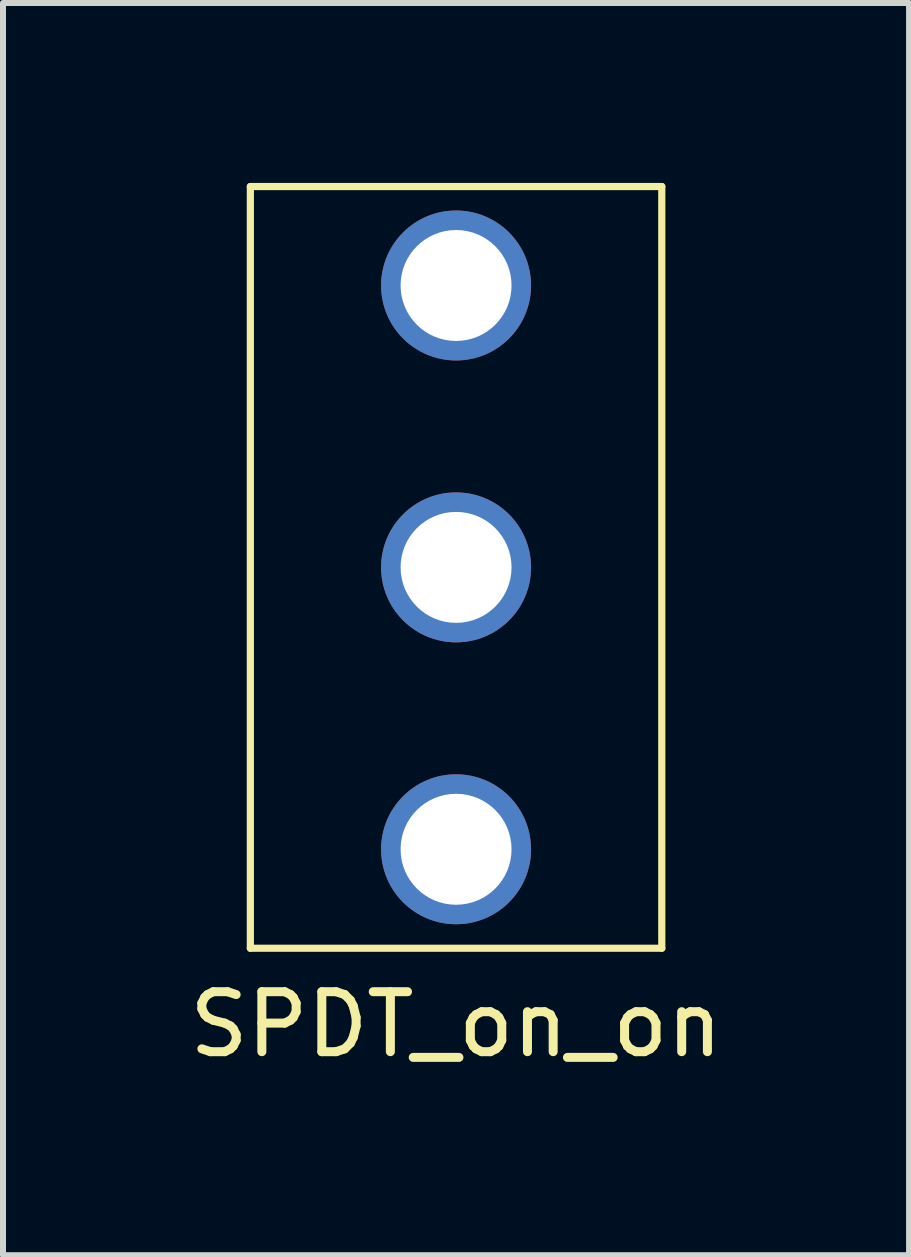
<source format=kicad_pcb>
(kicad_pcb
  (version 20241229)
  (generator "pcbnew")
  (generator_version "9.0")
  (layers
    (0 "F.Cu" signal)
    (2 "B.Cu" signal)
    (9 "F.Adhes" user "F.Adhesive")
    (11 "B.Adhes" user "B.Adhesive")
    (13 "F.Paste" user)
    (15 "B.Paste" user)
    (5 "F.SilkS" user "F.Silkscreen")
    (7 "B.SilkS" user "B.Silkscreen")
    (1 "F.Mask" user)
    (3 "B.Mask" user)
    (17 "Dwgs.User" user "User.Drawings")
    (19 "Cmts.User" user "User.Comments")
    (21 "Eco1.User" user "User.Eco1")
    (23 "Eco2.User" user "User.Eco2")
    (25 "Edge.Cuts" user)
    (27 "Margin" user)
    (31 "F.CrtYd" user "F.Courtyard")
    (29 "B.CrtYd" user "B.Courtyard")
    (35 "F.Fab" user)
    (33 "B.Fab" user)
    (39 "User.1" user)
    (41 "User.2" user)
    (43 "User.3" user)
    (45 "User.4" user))
  (footprint "SPDT_on_on"
    (layer "F.Cu")
    (at 4.554 6.41)
    (property "Reference" "SPDT_on_on" (at 0 7.62 0) (layer "F.SilkS") (effects (font (size 1 1) (thickness 0.15))))
    (attr through_hole)
    (fp_line (start -3.43 -6.35) (end -3.43 6.35) (stroke (width 0.12) (type solid)) (layer "F.SilkS"))
    (fp_line (start -3.43 -6.35) (end 3.43 -6.35) (stroke (width 0.12) (type solid)) (layer "F.SilkS"))
    (fp_line (start -3.43 6.35) (end 3.43 6.35) (stroke (width 0.12) (type solid)) (layer "F.SilkS"))
    (fp_line (start 3.43 -6.35) (end 3.43 6.35) (stroke (width 0.12) (type solid)) (layer "F.SilkS"))
    (pad "1" thru_hole circle (at 0 -4.7) (size 2.5 2.5) (drill 1.85) (layers "*.Cu" "*.Mask"))
    (pad "2" thru_hole circle (at 0 0) (size 2.5 2.5) (drill 1.85) (layers "*.Cu" "*.Mask"))
    (pad "3" thru_hole circle (at 0 4.7) (size 2.5 2.5) (drill 1.85) (layers "*.Cu" "*.Mask")))
  (gr_rect
    (start -3 -3)
    (end 12.107 17.878)
    (stroke (width 0.1) (type default))
    (fill no)
    (layer "Edge.Cuts")))
</source>
